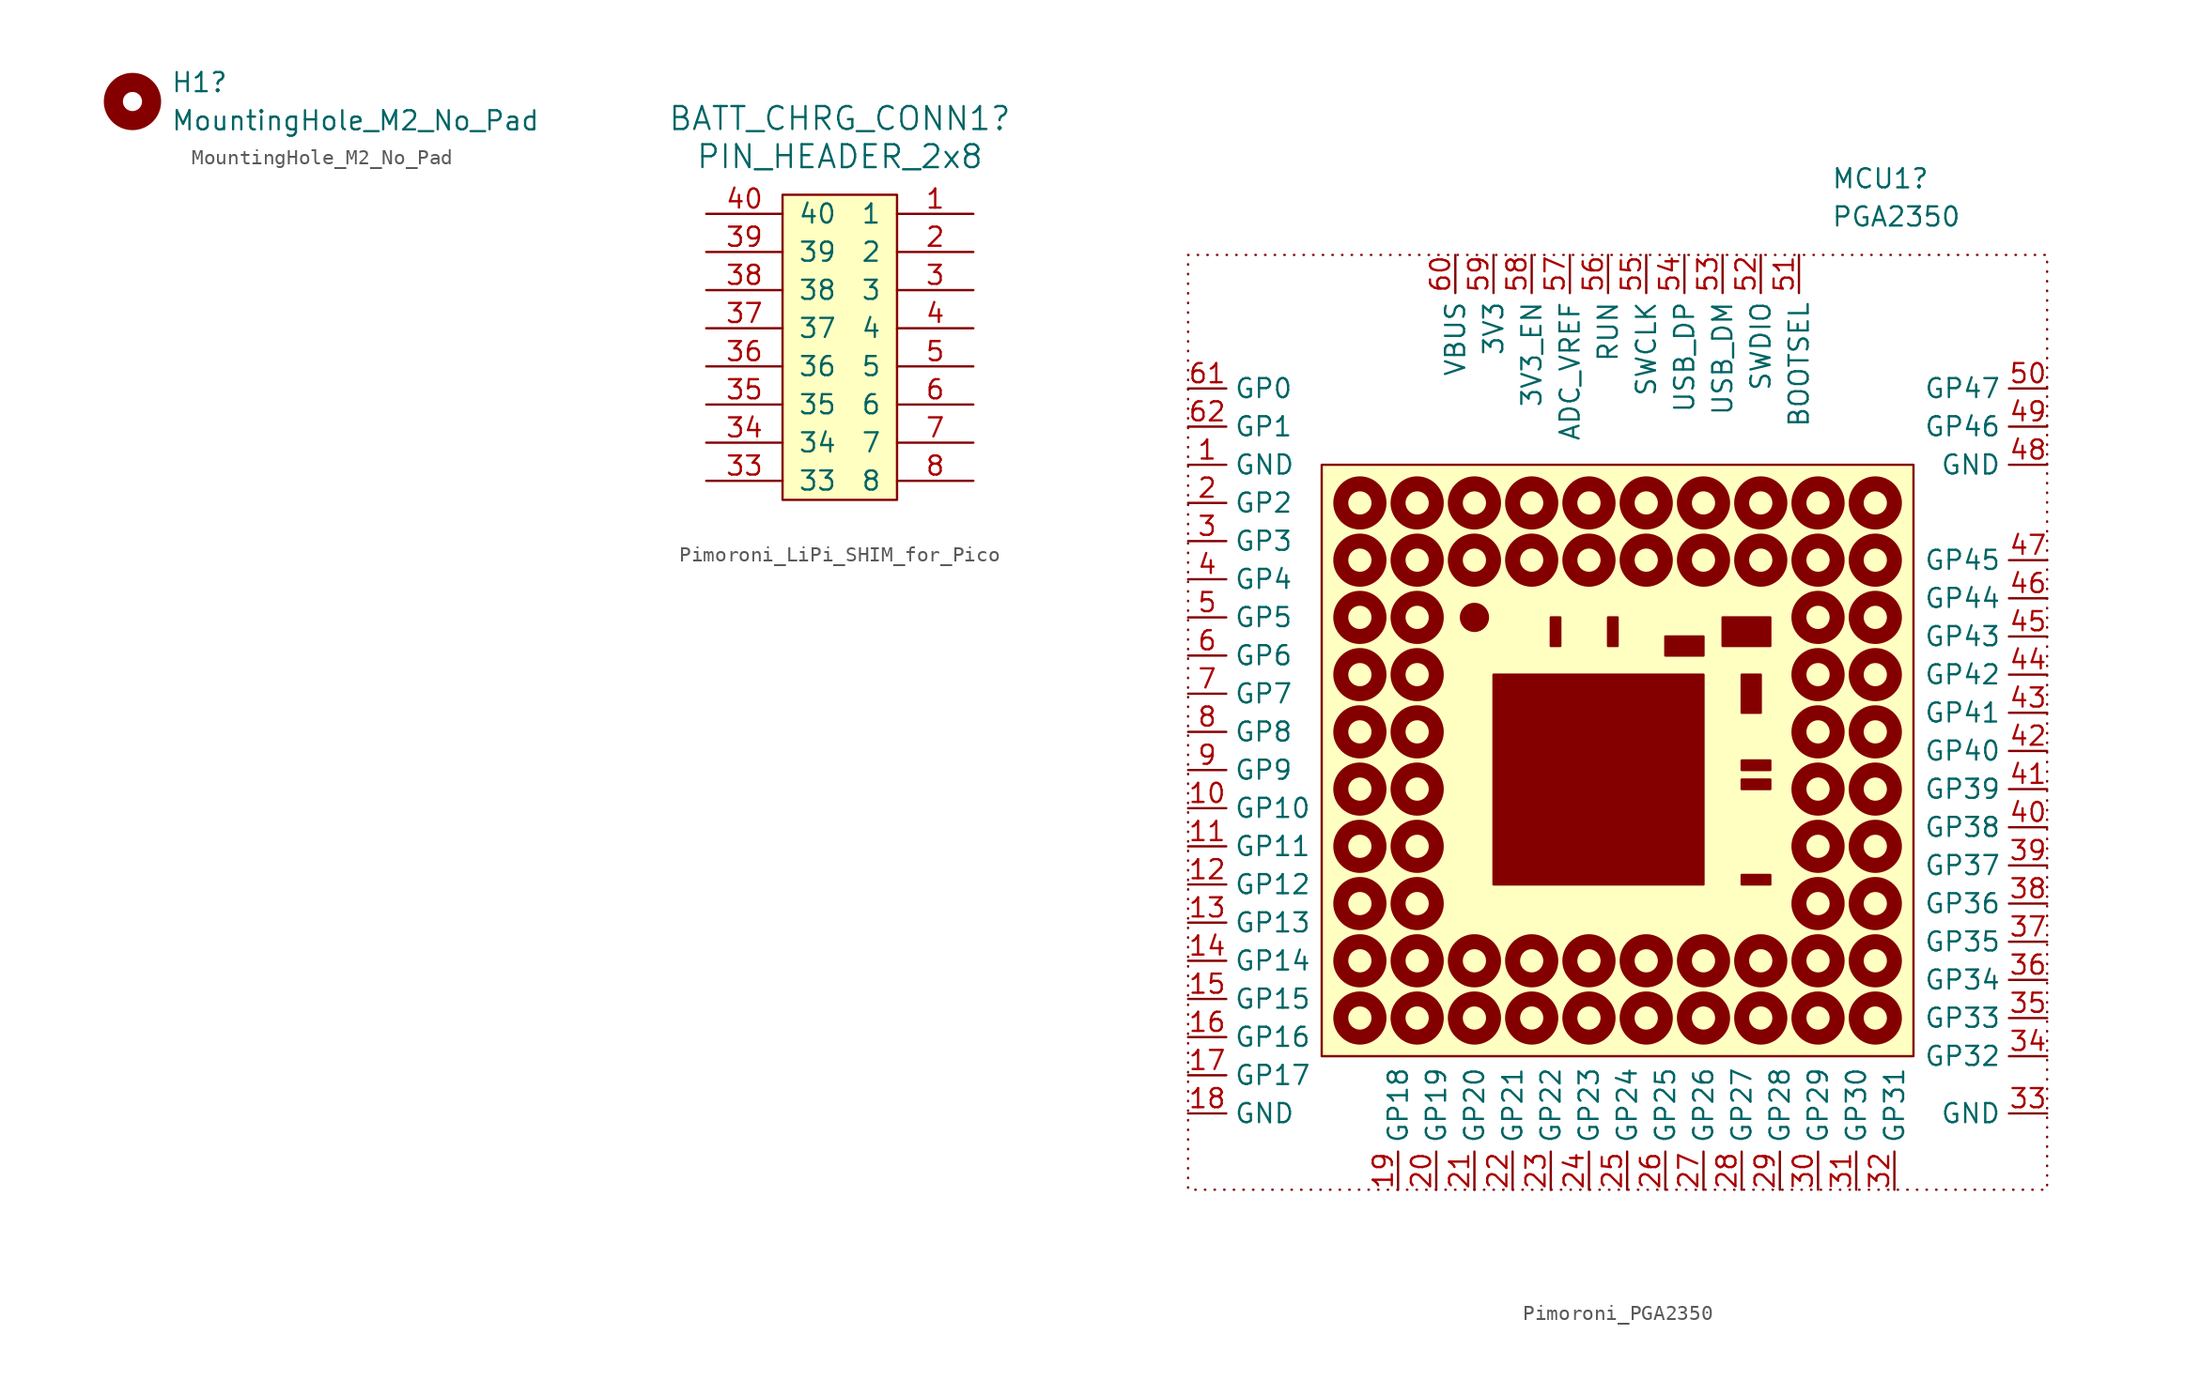
<source format=kicad_sym>
(kicad_symbol_lib
  (version 20241209)
  (generator "kicad_symbol_editor")
  (generator_version "9.0")
  (symbol "MountingHole_M2_No_Pad"
    (pin_names
      (offset 1.016))
    (property "Reference" "H1"
      (at 2.54 1.27 0)
      (effects (font (size 1.27 1.27)) (justify left)))
    (property "Value" "MountingHole_M2_No_Pad"
      (at 2.54 -1.27 0)
      (effects (font (size 1.27 1.27)) (justify left)))
    (symbol "MountingHole_M2_No_Pad_0_1"
      (circle (center 0 0) (radius 1.27) (stroke (width 1.27) (type default)) (fill (type none)))))
  (symbol "Pimoroni_LiPi_SHIM_for_Pico"
    (pin_names
      (offset 1.016))
    (property "Reference" "BATT_CHRG_CONN1"
      (at 0 15.24 0)
      (effects (font (size 1.524 1.524))))
    (property "Value" "PIN_HEADER_2x8"
      (at 0 12.7 0)
      (effects (font (size 1.524 1.524))))
    (property "Datasheet" ""
      (at 2.54 3.81 0)
      (effects (font (size 1.524 1.524))))
    (symbol "Pimoroni_LiPi_SHIM_for_Pico_0_1"
      (rectangle (start -3.81 10.16) (end 3.81 -10.16) (stroke (width 0) (type solid)) (fill (type background))))
    (symbol "Pimoroni_LiPi_SHIM_for_Pico_1_1"
      (pin bidirectional line (at -8.89 8.89 0) (length 5.08) (name "40" (effects (font (size 1.27 1.27)))) (number "40" (effects (font (size 1.27 1.27)))))
      (pin bidirectional line (at -8.89 6.35 0) (length 5.08) (name "39" (effects (font (size 1.27 1.27)))) (number "39" (effects (font (size 1.27 1.27)))))
      (pin bidirectional line (at -8.89 3.81 0) (length 5.08) (name "38" (effects (font (size 1.27 1.27)))) (number "38" (effects (font (size 1.27 1.27)))))
      (pin bidirectional line (at -8.89 1.27 0) (length 5.08) (name "37" (effects (font (size 1.27 1.27)))) (number "37" (effects (font (size 1.27 1.27)))))
      (pin bidirectional line (at -8.89 -1.27 0) (length 5.08) (name "36" (effects (font (size 1.27 1.27)))) (number "36" (effects (font (size 1.27 1.27)))))
      (pin bidirectional line (at -8.89 -3.81 0) (length 5.08) (name "35" (effects (font (size 1.27 1.27)))) (number "35" (effects (font (size 1.27 1.27)))))
      (pin bidirectional line (at -8.89 -6.35 0) (length 5.08) (name "34" (effects (font (size 1.27 1.27)))) (number "34" (effects (font (size 1.27 1.27)))))
      (pin bidirectional line (at -8.89 -8.89 0) (length 5.08) (name "33" (effects (font (size 1.27 1.27)))) (number "33" (effects (font (size 1.27 1.27)))))
      (pin bidirectional line (at 8.89 8.89 180) (length 5.08) (name "1" (effects (font (size 1.27 1.27)))) (number "1" (effects (font (size 1.27 1.27)))))
      (pin bidirectional line (at 8.89 6.35 180) (length 5.08) (name "2" (effects (font (size 1.27 1.27)))) (number "2" (effects (font (size 1.27 1.27)))))
      (pin bidirectional line (at 8.89 3.81 180) (length 5.08) (name "3" (effects (font (size 1.27 1.27)))) (number "3" (effects (font (size 1.27 1.27)))))
      (pin bidirectional line (at 8.89 1.27 180) (length 5.08) (name "4" (effects (font (size 1.27 1.27)))) (number "4" (effects (font (size 1.27 1.27)))))
      (pin bidirectional line (at 8.89 -1.27 180) (length 5.08) (name "5" (effects (font (size 1.27 1.27)))) (number "5" (effects (font (size 1.27 1.27)))))
      (pin bidirectional line (at 8.89 -3.81 180) (length 5.08) (name "6" (effects (font (size 1.27 1.27)))) (number "6" (effects (font (size 1.27 1.27)))))
      (pin bidirectional line (at 8.89 -6.35 180) (length 5.08) (name "7" (effects (font (size 1.27 1.27)))) (number "7" (effects (font (size 1.27 1.27)))))
      (pin bidirectional line (at 8.89 -8.89 180) (length 5.08) (name "8" (effects (font (size 1.27 1.27)))) (number "8" (effects (font (size 1.27 1.27)))))))
  (symbol "Pimoroni_PGA2350"
    (property "Reference" "MCU1"
      (at 42.783 5.08 0)
      (effects (font (size 1.27 1.27)) (justify left)))
    (property "Value" "PGA2350"
      (at 42.783 2.54 0)
      (effects (font (size 1.27 1.27)) (justify left)))
    (symbol "Pimoroni_PGA2350_1_1"
      (rectangle (start 0 0) (end 57.15 -62.23) (stroke (width 0) (type dot)) (fill (type none)))
      (rectangle (start 8.89 -13.97) (end 48.26 -53.34) (stroke (width 0) (type default)) (fill (type background)))
      (circle (center 11.43 -16.51) (radius 1.27) (stroke (width 1) (type default)) (fill (type none)))
      (circle (center 11.43 -20.32) (radius 1.27) (stroke (width 1) (type default)) (fill (type none)))
      (circle (center 11.43 -24.13) (radius 1.27) (stroke (width 1) (type default)) (fill (type none)))
      (circle (center 11.43 -27.94) (radius 1.27) (stroke (width 1) (type default)) (fill (type none)))
      (circle (center 11.43 -31.75) (radius 1.27) (stroke (width 1) (type default)) (fill (type none)))
      (circle (center 11.43 -35.56) (radius 1.27) (stroke (width 1) (type default)) (fill (type none)))
      (circle (center 11.43 -39.37) (radius 1.27) (stroke (width 1) (type default)) (fill (type none)))
      (circle (center 11.43 -43.18) (radius 1.27) (stroke (width 1) (type default)) (fill (type none)))
      (circle (center 11.43 -46.99) (radius 1.27) (stroke (width 1) (type default)) (fill (type none)))
      (circle (center 11.43 -50.8) (radius 1.27) (stroke (width 1) (type default)) (fill (type none)))
      (circle (center 15.24 -16.51) (radius 1.27) (stroke (width 1) (type default)) (fill (type none)))
      (circle (center 15.24 -20.32) (radius 1.27) (stroke (width 1) (type default)) (fill (type none)))
      (circle (center 15.24 -24.13) (radius 1.27) (stroke (width 1) (type default)) (fill (type none)))
      (circle (center 15.24 -27.94) (radius 1.27) (stroke (width 1) (type default)) (fill (type none)))
      (circle (center 15.24 -31.75) (radius 1.27) (stroke (width 1) (type default)) (fill (type none)))
      (circle (center 15.24 -35.56) (radius 1.27) (stroke (width 1) (type default)) (fill (type none)))
      (circle (center 15.24 -39.37) (radius 1.27) (stroke (width 1) (type default)) (fill (type none)))
      (circle (center 15.24 -43.18) (radius 1.27) (stroke (width 1) (type default)) (fill (type none)))
      (circle (center 15.24 -46.99) (radius 1.27) (stroke (width 1) (type default)) (fill (type none)))
      (circle (center 15.24 -50.8) (radius 1.27) (stroke (width 1) (type default)) (fill (type none)))
      (circle (center 19.05 -16.51) (radius 1.27) (stroke (width 1) (type default)) (fill (type none)))
      (circle (center 19.05 -20.32) (radius 1.27) (stroke (width 1) (type default)) (fill (type none)))
      (circle (center 19.05 -24.13) (radius 0.898) (stroke (width 0) (type default)) (fill (type outline)))
      (circle (center 19.05 -46.99) (radius 1.27) (stroke (width 1) (type default)) (fill (type none)))
      (circle (center 19.05 -50.8) (radius 1.27) (stroke (width 1) (type default)) (fill (type none)))
      (rectangle (start 20.32 -27.94) (end 34.29 -41.91) (stroke (width 0) (type default)) (fill (type outline)))
      (circle (center 22.86 -16.51) (radius 1.27) (stroke (width 1) (type default)) (fill (type none)))
      (circle (center 22.86 -20.32) (radius 1.27) (stroke (width 1) (type default)) (fill (type none)))
      (circle (center 22.86 -46.99) (radius 1.27) (stroke (width 1) (type default)) (fill (type none)))
      (circle (center 22.86 -50.8) (radius 1.27) (stroke (width 1) (type default)) (fill (type none)))
      (rectangle (start 24.13 -24.13) (end 24.765 -26.035) (stroke (width 0) (type default)) (fill (type outline)))
      (circle (center 26.67 -16.51) (radius 1.27) (stroke (width 1) (type default)) (fill (type none)))
      (circle (center 26.67 -20.32) (radius 1.27) (stroke (width 1) (type default)) (fill (type none)))
      (circle (center 26.67 -46.99) (radius 1.27) (stroke (width 1) (type default)) (fill (type none)))
      (circle (center 26.67 -50.8) (radius 1.27) (stroke (width 1) (type default)) (fill (type none)))
      (rectangle (start 27.94 -24.13) (end 28.575 -26.035) (stroke (width 0) (type default)) (fill (type outline)))
      (circle (center 30.48 -16.51) (radius 1.27) (stroke (width 1) (type default)) (fill (type none)))
      (circle (center 30.48 -20.32) (radius 1.27) (stroke (width 1) (type default)) (fill (type none)))
      (circle (center 30.48 -46.99) (radius 1.27) (stroke (width 1) (type default)) (fill (type none)))
      (circle (center 30.48 -50.8) (radius 1.27) (stroke (width 1) (type default)) (fill (type none)))
      (rectangle (start 31.75 -26.67) (end 34.29 -25.4) (stroke (width 0) (type default)) (fill (type outline)))
      (circle (center 34.29 -16.51) (radius 1.27) (stroke (width 1) (type default)) (fill (type none)))
      (circle (center 34.29 -20.32) (radius 1.27) (stroke (width 1) (type default)) (fill (type none)))
      (circle (center 34.29 -46.99) (radius 1.27) (stroke (width 1) (type default)) (fill (type none)))
      (circle (center 34.29 -50.8) (radius 1.27) (stroke (width 1) (type default)) (fill (type none)))
      (rectangle (start 35.56 -24.13) (end 38.735 -26.035) (stroke (width 0) (type default)) (fill (type outline)))
      (rectangle (start 36.83 -27.94) (end 38.1 -30.48) (stroke (width 0) (type default)) (fill (type outline)))
      (rectangle (start 36.83 -34.29) (end 38.735 -33.655) (stroke (width 0) (type default)) (fill (type outline)))
      (rectangle (start 36.83 -35.56) (end 38.735 -34.925) (stroke (width 0) (type default)) (fill (type outline)))
      (rectangle (start 36.83 -41.91) (end 38.735 -41.275) (stroke (width 0) (type default)) (fill (type outline)))
      (circle (center 38.1 -16.51) (radius 1.27) (stroke (width 1) (type default)) (fill (type none)))
      (circle (center 38.1 -20.32) (radius 1.27) (stroke (width 1) (type default)) (fill (type none)))
      (circle (center 38.1 -46.99) (radius 1.27) (stroke (width 1) (type default)) (fill (type none)))
      (circle (center 38.1 -50.8) (radius 1.27) (stroke (width 1) (type default)) (fill (type none)))
      (circle (center 41.91 -16.51) (radius 1.27) (stroke (width 1) (type default)) (fill (type none)))
      (circle (center 41.91 -20.32) (radius 1.27) (stroke (width 1) (type default)) (fill (type none)))
      (circle (center 41.91 -24.13) (radius 1.27) (stroke (width 1) (type default)) (fill (type none)))
      (circle (center 41.91 -27.94) (radius 1.27) (stroke (width 1) (type default)) (fill (type none)))
      (circle (center 41.91 -31.75) (radius 1.27) (stroke (width 1) (type default)) (fill (type none)))
      (circle (center 41.91 -35.56) (radius 1.27) (stroke (width 1) (type default)) (fill (type none)))
      (circle (center 41.91 -39.37) (radius 1.27) (stroke (width 1) (type default)) (fill (type none)))
      (circle (center 41.91 -43.18) (radius 1.27) (stroke (width 1) (type default)) (fill (type none)))
      (circle (center 41.91 -46.99) (radius 1.27) (stroke (width 1) (type default)) (fill (type none)))
      (circle (center 41.91 -50.8) (radius 1.27) (stroke (width 1) (type default)) (fill (type none)))
      (circle (center 45.72 -16.51) (radius 1.27) (stroke (width 1) (type default)) (fill (type none)))
      (circle (center 45.72 -20.32) (radius 1.27) (stroke (width 1) (type default)) (fill (type none)))
      (circle (center 45.72 -24.13) (radius 1.27) (stroke (width 1) (type default)) (fill (type none)))
      (circle (center 45.72 -27.94) (radius 1.27) (stroke (width 1) (type default)) (fill (type none)))
      (circle (center 45.72 -31.75) (radius 1.27) (stroke (width 1) (type default)) (fill (type none)))
      (circle (center 45.72 -35.56) (radius 1.27) (stroke (width 1) (type default)) (fill (type none)))
      (circle (center 45.72 -39.37) (radius 1.27) (stroke (width 1) (type default)) (fill (type none)))
      (circle (center 45.72 -43.18) (radius 1.27) (stroke (width 1) (type default)) (fill (type none)))
      (circle (center 45.72 -46.99) (radius 1.27) (stroke (width 1) (type default)) (fill (type none)))
      (circle (center 45.72 -50.8) (radius 1.27) (stroke (width 1) (type default)) (fill (type none)))
      (pin bidirectional line (at 0 -8.89 0) (length 2.54) (name "GP0" (effects (font (size 1.27 1.27)))) (number "61" (effects (font (size 1.27 1.27)))))
      (pin bidirectional line (at 0 -11.43 0) (length 2.54) (name "GP1" (effects (font (size 1.27 1.27)))) (number "62" (effects (font (size 1.27 1.27)))))
      (pin input line (at 0 -13.97 0) (length 2.54) (name "GND" (effects (font (size 1.27 1.27)))) (number "1" (effects (font (size 1.27 1.27)))))
      (pin bidirectional line (at 0 -16.51 0) (length 2.54) (name "GP2" (effects (font (size 1.27 1.27)))) (number "2" (effects (font (size 1.27 1.27)))))
      (pin bidirectional line (at 0 -19.05 0) (length 2.54) (name "GP3" (effects (font (size 1.27 1.27)))) (number "3" (effects (font (size 1.27 1.27)))))
      (pin bidirectional line (at 0 -21.59 0) (length 2.54) (name "GP4" (effects (font (size 1.27 1.27)))) (number "4" (effects (font (size 1.27 1.27)))))
      (pin bidirectional line (at 0 -24.13 0) (length 2.54) (name "GP5" (effects (font (size 1.27 1.27)))) (number "5" (effects (font (size 1.27 1.27)))))
      (pin bidirectional line (at 0 -26.67 0) (length 2.54) (name "GP6" (effects (font (size 1.27 1.27)))) (number "6" (effects (font (size 1.27 1.27)))))
      (pin bidirectional line (at 0 -29.21 0) (length 2.54) (name "GP7" (effects (font (size 1.27 1.27)))) (number "7" (effects (font (size 1.27 1.27)))))
      (pin bidirectional line (at 0 -31.75 0) (length 2.54) (name "GP8" (effects (font (size 1.27 1.27)))) (number "8" (effects (font (size 1.27 1.27)))))
      (pin bidirectional line (at 0 -34.29 0) (length 2.54) (name "GP9" (effects (font (size 1.27 1.27)))) (number "9" (effects (font (size 1.27 1.27)))))
      (pin bidirectional line (at 0 -36.83 0) (length 2.54) (name "GP10" (effects (font (size 1.27 1.27)))) (number "10" (effects (font (size 1.27 1.27)))))
      (pin bidirectional line (at 0 -39.37 0) (length 2.54) (name "GP11" (effects (font (size 1.27 1.27)))) (number "11" (effects (font (size 1.27 1.27)))))
      (pin bidirectional line (at 0 -41.91 0) (length 2.54) (name "GP12" (effects (font (size 1.27 1.27)))) (number "12" (effects (font (size 1.27 1.27)))))
      (pin bidirectional line (at 0 -44.45 0) (length 2.54) (name "GP13" (effects (font (size 1.27 1.27)))) (number "13" (effects (font (size 1.27 1.27)))))
      (pin bidirectional line (at 0 -46.99 0) (length 2.54) (name "GP14" (effects (font (size 1.27 1.27)))) (number "14" (effects (font (size 1.27 1.27)))))
      (pin bidirectional line (at 0 -49.53 0) (length 2.54) (name "GP15" (effects (font (size 1.27 1.27)))) (number "15" (effects (font (size 1.27 1.27)))))
      (pin bidirectional line (at 0 -52.07 0) (length 2.54) (name "GP16" (effects (font (size 1.27 1.27)))) (number "16" (effects (font (size 1.27 1.27)))))
      (pin bidirectional line (at 0 -54.61 0) (length 2.54) (name "GP17" (effects (font (size 1.27 1.27)))) (number "17" (effects (font (size 1.27 1.27)))))
      (pin input line (at 0 -57.15 0) (length 2.54) (name "GND" (effects (font (size 1.27 1.27)))) (number "18" (effects (font (size 1.27 1.27)))))
      (pin bidirectional line (at 13.97 -62.23 90) (length 2.54) (name "GP18" (effects (font (size 1.27 1.27)))) (number "19" (effects (font (size 1.27 1.27)))))
      (pin bidirectional line (at 16.51 -62.23 90) (length 2.54) (name "GP19" (effects (font (size 1.27 1.27)))) (number "20" (effects (font (size 1.27 1.27)))))
      (pin power_in line (at 17.78 0 270) (length 2.54) (name "VBUS" (effects (font (size 1.27 1.27)))) (number "60" (effects (font (size 1.27 1.27)))))
      (pin bidirectional line (at 19.05 -62.23 90) (length 2.54) (name "GP20" (effects (font (size 1.27 1.27)))) (number "21" (effects (font (size 1.27 1.27)))))
      (pin power_out line (at 20.32 0 270) (length 2.54) (name "3V3" (effects (font (size 1.27 1.27)))) (number "59" (effects (font (size 1.27 1.27)))))
      (pin bidirectional line (at 21.59 -62.23 90) (length 2.54) (name "GP21" (effects (font (size 1.27 1.27)))) (number "22" (effects (font (size 1.27 1.27)))))
      (pin bidirectional line (at 22.86 0 270) (length 2.54) (name "3V3_EN" (effects (font (size 1.27 1.27)))) (number "58" (effects (font (size 1.27 1.27)))))
      (pin bidirectional line (at 24.13 -62.23 90) (length 2.54) (name "GP22" (effects (font (size 1.27 1.27)))) (number "23" (effects (font (size 1.27 1.27)))))
      (pin bidirectional line (at 25.4 0 270) (length 2.54) (name "ADC_VREF" (effects (font (size 1.27 1.27)))) (number "57" (effects (font (size 1.27 1.27)))))
      (pin bidirectional line (at 26.67 -62.23 90) (length 2.54) (name "GP23" (effects (font (size 1.27 1.27)))) (number "24" (effects (font (size 1.27 1.27)))))
      (pin bidirectional line (at 27.94 0 270) (length 2.54) (name "RUN" (effects (font (size 1.27 1.27)))) (number "56" (effects (font (size 1.27 1.27)))))
      (pin bidirectional line (at 29.21 -62.23 90) (length 2.54) (name "GP24" (effects (font (size 1.27 1.27)))) (number "25" (effects (font (size 1.27 1.27)))))
      (pin bidirectional line (at 30.48 0 270) (length 2.54) (name "SWCLK" (effects (font (size 1.27 1.27)))) (number "55" (effects (font (size 1.27 1.27)))))
      (pin bidirectional line (at 31.75 -62.23 90) (length 2.54) (name "GP25" (effects (font (size 1.27 1.27)))) (number "26" (effects (font (size 1.27 1.27)))))
      (pin bidirectional line (at 33.02 0 270) (length 2.54) (name "USB_DP" (effects (font (size 1.27 1.27)))) (number "54" (effects (font (size 1.27 1.27)))))
      (pin bidirectional line (at 34.29 -62.23 90) (length 2.54) (name "GP26" (effects (font (size 1.27 1.27)))) (number "27" (effects (font (size 1.27 1.27)))))
      (pin bidirectional line (at 35.56 0 270) (length 2.54) (name "USB_DM" (effects (font (size 1.27 1.27)))) (number "53" (effects (font (size 1.27 1.27)))))
      (pin bidirectional line (at 36.83 -62.23 90) (length 2.54) (name "GP27" (effects (font (size 1.27 1.27)))) (number "28" (effects (font (size 1.27 1.27)))))
      (pin bidirectional line (at 38.1 0 270) (length 2.54) (name "SWDIO" (effects (font (size 1.27 1.27)))) (number "52" (effects (font (size 1.27 1.27)))))
      (pin bidirectional line (at 39.37 -62.23 90) (length 2.54) (name "GP28" (effects (font (size 1.27 1.27)))) (number "29" (effects (font (size 1.27 1.27)))))
      (pin bidirectional line (at 40.64 0 270) (length 2.54) (name "BOOTSEL" (effects (font (size 1.27 1.27)))) (number "51" (effects (font (size 1.27 1.27)))))
      (pin bidirectional line (at 41.91 -62.23 90) (length 2.54) (name "GP29" (effects (font (size 1.27 1.27)))) (number "30" (effects (font (size 1.27 1.27)))))
      (pin bidirectional line (at 44.45 -62.23 90) (length 2.54) (name "GP30" (effects (font (size 1.27 1.27)))) (number "31" (effects (font (size 1.27 1.27)))))
      (pin bidirectional line (at 46.99 -62.23 90) (length 2.54) (name "GP31" (effects (font (size 1.27 1.27)))) (number "32" (effects (font (size 1.27 1.27)))))
      (pin bidirectional line (at 57.15 -8.89 180) (length 2.54) (name "GP47" (effects (font (size 1.27 1.27)))) (number "50" (effects (font (size 1.27 1.27)))))
      (pin bidirectional line (at 57.15 -11.43 180) (length 2.54) (name "GP46" (effects (font (size 1.27 1.27)))) (number "49" (effects (font (size 1.27 1.27)))))
      (pin input line (at 57.15 -13.97 180) (length 2.54) (name "GND" (effects (font (size 1.27 1.27)))) (number "48" (effects (font (size 1.27 1.27)))))
      (pin bidirectional line (at 57.15 -20.32 180) (length 2.54) (name "GP45" (effects (font (size 1.27 1.27)))) (number "47" (effects (font (size 1.27 1.27)))))
      (pin bidirectional line (at 57.15 -22.86 180) (length 2.54) (name "GP44" (effects (font (size 1.27 1.27)))) (number "46" (effects (font (size 1.27 1.27)))))
      (pin bidirectional line (at 57.15 -25.4 180) (length 2.54) (name "GP43" (effects (font (size 1.27 1.27)))) (number "45" (effects (font (size 1.27 1.27)))))
      (pin bidirectional line (at 57.15 -27.94 180) (length 2.54) (name "GP42" (effects (font (size 1.27 1.27)))) (number "44" (effects (font (size 1.27 1.27)))))
      (pin bidirectional line (at 57.15 -30.48 180) (length 2.54) (name "GP41" (effects (font (size 1.27 1.27)))) (number "43" (effects (font (size 1.27 1.27)))))
      (pin bidirectional line (at 57.15 -33.02 180) (length 2.54) (name "GP40" (effects (font (size 1.27 1.27)))) (number "42" (effects (font (size 1.27 1.27)))))
      (pin bidirectional line (at 57.15 -35.56 180) (length 2.54) (name "GP39" (effects (font (size 1.27 1.27)))) (number "41" (effects (font (size 1.27 1.27)))))
      (pin bidirectional line (at 57.15 -38.1 180) (length 2.54) (name "GP38" (effects (font (size 1.27 1.27)))) (number "40" (effects (font (size 1.27 1.27)))))
      (pin bidirectional line (at 57.15 -40.64 180) (length 2.54) (name "GP37" (effects (font (size 1.27 1.27)))) (number "39" (effects (font (size 1.27 1.27)))))
      (pin bidirectional line (at 57.15 -43.18 180) (length 2.54) (name "GP36" (effects (font (size 1.27 1.27)))) (number "38" (effects (font (size 1.27 1.27)))))
      (pin bidirectional line (at 57.15 -45.72 180) (length 2.54) (name "GP35" (effects (font (size 1.27 1.27)))) (number "37" (effects (font (size 1.27 1.27)))))
      (pin bidirectional line (at 57.15 -48.26 180) (length 2.54) (name "GP34" (effects (font (size 1.27 1.27)))) (number "36" (effects (font (size 1.27 1.27)))))
      (pin bidirectional line (at 57.15 -50.8 180) (length 2.54) (name "GP33" (effects (font (size 1.27 1.27)))) (number "35" (effects (font (size 1.27 1.27)))))
      (pin bidirectional line (at 57.15 -53.34 180) (length 2.54) (name "GP32" (effects (font (size 1.27 1.27)))) (number "34" (effects (font (size 1.27 1.27)))))
      (pin input line (at 57.15 -57.15 180) (length 2.54) (name "GND" (effects (font (size 1.27 1.27)))) (number "33" (effects (font (size 1.27 1.27))))))))
</source>
